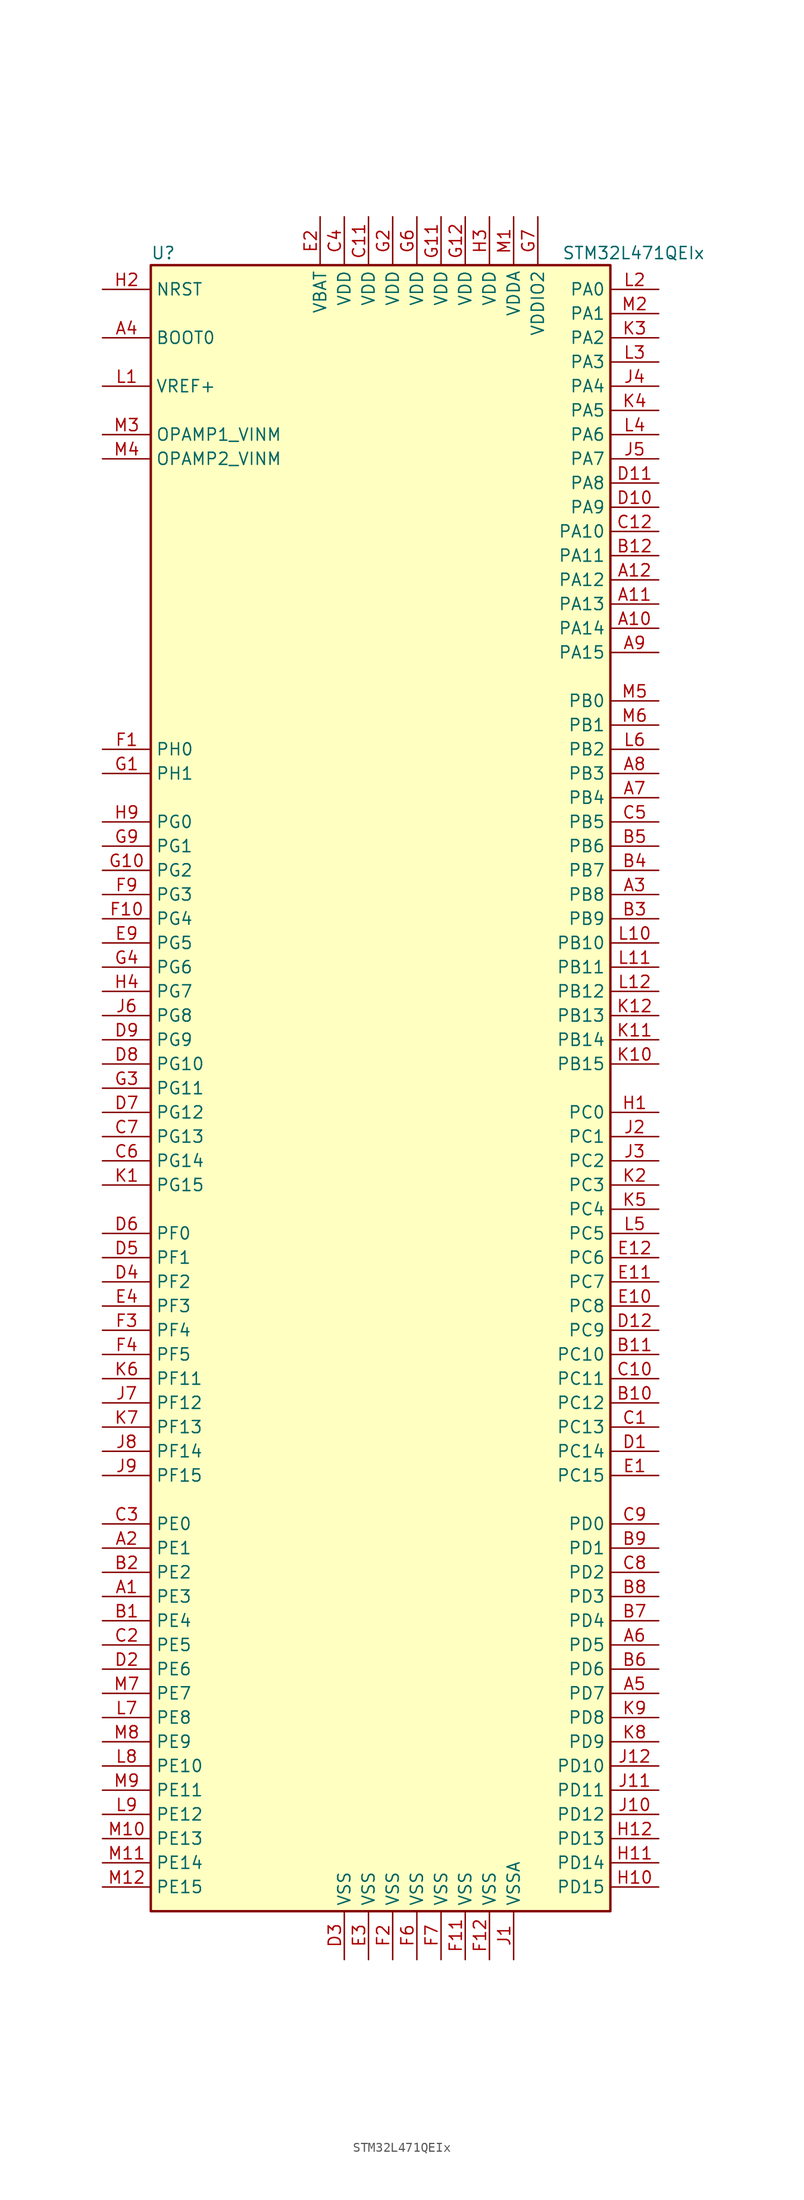
<source format=kicad_sym>
(kicad_symbol_lib
  (version 20211014)
  (generator kicad_symbol_editor)
  (symbol "STM32L471QEIx"
    (property "Reference" "U"
      (at -25.4 87.63 0)
      (effects (font (size 1.27 1.27)) (justify left)))
    (property "Value" "STM32L471QEIx"
      (at 17.78 87.63 0)
      (effects (font (size 1.27 1.27)) (justify left)))
    (symbol "STM32L471QEIx_0_1"
      (rectangle (start -25.4 -86.36) (end 22.86 86.36) (stroke (width 0.254) (type default) (color 0 0 0 0)) (fill (type background))))
    (symbol "STM32L471QEIx_1_1"
      (pin bidirectional line (at -30.48 -53.34 0) (length 5.08) (name "PE3" (effects (font (size 1.27 1.27)))) (number "A1" (effects (font (size 1.27 1.27)))))
      (pin bidirectional line (at 27.94 48.26 180) (length 5.08) (name "PA14" (effects (font (size 1.27 1.27)))) (number "A10" (effects (font (size 1.27 1.27)))))
      (pin bidirectional line (at 27.94 50.8 180) (length 5.08) (name "PA13" (effects (font (size 1.27 1.27)))) (number "A11" (effects (font (size 1.27 1.27)))))
      (pin bidirectional line (at 27.94 53.34 180) (length 5.08) (name "PA12" (effects (font (size 1.27 1.27)))) (number "A12" (effects (font (size 1.27 1.27)))))
      (pin bidirectional line (at -30.48 -48.26 0) (length 5.08) (name "PE1" (effects (font (size 1.27 1.27)))) (number "A2" (effects (font (size 1.27 1.27)))))
      (pin bidirectional line (at 27.94 20.32 180) (length 5.08) (name "PB8" (effects (font (size 1.27 1.27)))) (number "A3" (effects (font (size 1.27 1.27)))))
      (pin input line (at -30.48 78.74 0) (length 5.08) (name "BOOT0" (effects (font (size 1.27 1.27)))) (number "A4" (effects (font (size 1.27 1.27)))))
      (pin bidirectional line (at 27.94 -63.5 180) (length 5.08) (name "PD7" (effects (font (size 1.27 1.27)))) (number "A5" (effects (font (size 1.27 1.27)))))
      (pin bidirectional line (at 27.94 -58.42 180) (length 5.08) (name "PD5" (effects (font (size 1.27 1.27)))) (number "A6" (effects (font (size 1.27 1.27)))))
      (pin bidirectional line (at 27.94 30.48 180) (length 5.08) (name "PB4" (effects (font (size 1.27 1.27)))) (number "A7" (effects (font (size 1.27 1.27)))))
      (pin bidirectional line (at 27.94 33.02 180) (length 5.08) (name "PB3" (effects (font (size 1.27 1.27)))) (number "A8" (effects (font (size 1.27 1.27)))))
      (pin bidirectional line (at 27.94 45.72 180) (length 5.08) (name "PA15" (effects (font (size 1.27 1.27)))) (number "A9" (effects (font (size 1.27 1.27)))))
      (pin bidirectional line (at -30.48 -55.88 0) (length 5.08) (name "PE4" (effects (font (size 1.27 1.27)))) (number "B1" (effects (font (size 1.27 1.27)))))
      (pin bidirectional line (at 27.94 -33.02 180) (length 5.08) (name "PC12" (effects (font (size 1.27 1.27)))) (number "B10" (effects (font (size 1.27 1.27)))))
      (pin bidirectional line (at 27.94 -27.94 180) (length 5.08) (name "PC10" (effects (font (size 1.27 1.27)))) (number "B11" (effects (font (size 1.27 1.27)))))
      (pin bidirectional line (at 27.94 55.88 180) (length 5.08) (name "PA11" (effects (font (size 1.27 1.27)))) (number "B12" (effects (font (size 1.27 1.27)))))
      (pin bidirectional line (at -30.48 -50.8 0) (length 5.08) (name "PE2" (effects (font (size 1.27 1.27)))) (number "B2" (effects (font (size 1.27 1.27)))))
      (pin bidirectional line (at 27.94 17.78 180) (length 5.08) (name "PB9" (effects (font (size 1.27 1.27)))) (number "B3" (effects (font (size 1.27 1.27)))))
      (pin bidirectional line (at 27.94 22.86 180) (length 5.08) (name "PB7" (effects (font (size 1.27 1.27)))) (number "B4" (effects (font (size 1.27 1.27)))))
      (pin bidirectional line (at 27.94 25.4 180) (length 5.08) (name "PB6" (effects (font (size 1.27 1.27)))) (number "B5" (effects (font (size 1.27 1.27)))))
      (pin bidirectional line (at 27.94 -60.96 180) (length 5.08) (name "PD6" (effects (font (size 1.27 1.27)))) (number "B6" (effects (font (size 1.27 1.27)))))
      (pin bidirectional line (at 27.94 -55.88 180) (length 5.08) (name "PD4" (effects (font (size 1.27 1.27)))) (number "B7" (effects (font (size 1.27 1.27)))))
      (pin bidirectional line (at 27.94 -53.34 180) (length 5.08) (name "PD3" (effects (font (size 1.27 1.27)))) (number "B8" (effects (font (size 1.27 1.27)))))
      (pin bidirectional line (at 27.94 -48.26 180) (length 5.08) (name "PD1" (effects (font (size 1.27 1.27)))) (number "B9" (effects (font (size 1.27 1.27)))))
      (pin bidirectional line (at 27.94 -35.56 180) (length 5.08) (name "PC13" (effects (font (size 1.27 1.27)))) (number "C1" (effects (font (size 1.27 1.27)))))
      (pin bidirectional line (at 27.94 -30.48 180) (length 5.08) (name "PC11" (effects (font (size 1.27 1.27)))) (number "C10" (effects (font (size 1.27 1.27)))))
      (pin power_in line (at -2.54 91.44 270) (length 5.08) (name "VDD" (effects (font (size 1.27 1.27)))) (number "C11" (effects (font (size 1.27 1.27)))))
      (pin bidirectional line (at 27.94 58.42 180) (length 5.08) (name "PA10" (effects (font (size 1.27 1.27)))) (number "C12" (effects (font (size 1.27 1.27)))))
      (pin bidirectional line (at -30.48 -58.42 0) (length 5.08) (name "PE5" (effects (font (size 1.27 1.27)))) (number "C2" (effects (font (size 1.27 1.27)))))
      (pin bidirectional line (at -30.48 -45.72 0) (length 5.08) (name "PE0" (effects (font (size 1.27 1.27)))) (number "C3" (effects (font (size 1.27 1.27)))))
      (pin power_in line (at -5.08 91.44 270) (length 5.08) (name "VDD" (effects (font (size 1.27 1.27)))) (number "C4" (effects (font (size 1.27 1.27)))))
      (pin bidirectional line (at 27.94 27.94 180) (length 5.08) (name "PB5" (effects (font (size 1.27 1.27)))) (number "C5" (effects (font (size 1.27 1.27)))))
      (pin bidirectional line (at -30.48 -7.62 0) (length 5.08) (name "PG14" (effects (font (size 1.27 1.27)))) (number "C6" (effects (font (size 1.27 1.27)))))
      (pin bidirectional line (at -30.48 -5.08 0) (length 5.08) (name "PG13" (effects (font (size 1.27 1.27)))) (number "C7" (effects (font (size 1.27 1.27)))))
      (pin bidirectional line (at 27.94 -50.8 180) (length 5.08) (name "PD2" (effects (font (size 1.27 1.27)))) (number "C8" (effects (font (size 1.27 1.27)))))
      (pin bidirectional line (at 27.94 -45.72 180) (length 5.08) (name "PD0" (effects (font (size 1.27 1.27)))) (number "C9" (effects (font (size 1.27 1.27)))))
      (pin bidirectional line (at 27.94 -38.1 180) (length 5.08) (name "PC14" (effects (font (size 1.27 1.27)))) (number "D1" (effects (font (size 1.27 1.27)))))
      (pin bidirectional line (at 27.94 60.96 180) (length 5.08) (name "PA9" (effects (font (size 1.27 1.27)))) (number "D10" (effects (font (size 1.27 1.27)))))
      (pin bidirectional line (at 27.94 63.5 180) (length 5.08) (name "PA8" (effects (font (size 1.27 1.27)))) (number "D11" (effects (font (size 1.27 1.27)))))
      (pin bidirectional line (at 27.94 -25.4 180) (length 5.08) (name "PC9" (effects (font (size 1.27 1.27)))) (number "D12" (effects (font (size 1.27 1.27)))))
      (pin bidirectional line (at -30.48 -60.96 0) (length 5.08) (name "PE6" (effects (font (size 1.27 1.27)))) (number "D2" (effects (font (size 1.27 1.27)))))
      (pin power_in line (at -5.08 -91.44 90) (length 5.08) (name "VSS" (effects (font (size 1.27 1.27)))) (number "D3" (effects (font (size 1.27 1.27)))))
      (pin bidirectional line (at -30.48 -20.32 0) (length 5.08) (name "PF2" (effects (font (size 1.27 1.27)))) (number "D4" (effects (font (size 1.27 1.27)))))
      (pin bidirectional line (at -30.48 -17.78 0) (length 5.08) (name "PF1" (effects (font (size 1.27 1.27)))) (number "D5" (effects (font (size 1.27 1.27)))))
      (pin bidirectional line (at -30.48 -15.24 0) (length 5.08) (name "PF0" (effects (font (size 1.27 1.27)))) (number "D6" (effects (font (size 1.27 1.27)))))
      (pin bidirectional line (at -30.48 -2.54 0) (length 5.08) (name "PG12" (effects (font (size 1.27 1.27)))) (number "D7" (effects (font (size 1.27 1.27)))))
      (pin bidirectional line (at -30.48 2.54 0) (length 5.08) (name "PG10" (effects (font (size 1.27 1.27)))) (number "D8" (effects (font (size 1.27 1.27)))))
      (pin bidirectional line (at -30.48 5.08 0) (length 5.08) (name "PG9" (effects (font (size 1.27 1.27)))) (number "D9" (effects (font (size 1.27 1.27)))))
      (pin bidirectional line (at 27.94 -40.64 180) (length 5.08) (name "PC15" (effects (font (size 1.27 1.27)))) (number "E1" (effects (font (size 1.27 1.27)))))
      (pin bidirectional line (at 27.94 -22.86 180) (length 5.08) (name "PC8" (effects (font (size 1.27 1.27)))) (number "E10" (effects (font (size 1.27 1.27)))))
      (pin bidirectional line (at 27.94 -20.32 180) (length 5.08) (name "PC7" (effects (font (size 1.27 1.27)))) (number "E11" (effects (font (size 1.27 1.27)))))
      (pin bidirectional line (at 27.94 -17.78 180) (length 5.08) (name "PC6" (effects (font (size 1.27 1.27)))) (number "E12" (effects (font (size 1.27 1.27)))))
      (pin power_in line (at -7.62 91.44 270) (length 5.08) (name "VBAT" (effects (font (size 1.27 1.27)))) (number "E2" (effects (font (size 1.27 1.27)))))
      (pin power_in line (at -2.54 -91.44 90) (length 5.08) (name "VSS" (effects (font (size 1.27 1.27)))) (number "E3" (effects (font (size 1.27 1.27)))))
      (pin bidirectional line (at -30.48 -22.86 0) (length 5.08) (name "PF3" (effects (font (size 1.27 1.27)))) (number "E4" (effects (font (size 1.27 1.27)))))
      (pin bidirectional line (at -30.48 15.24 0) (length 5.08) (name "PG5" (effects (font (size 1.27 1.27)))) (number "E9" (effects (font (size 1.27 1.27)))))
      (pin input line (at -30.48 35.56 0) (length 5.08) (name "PH0" (effects (font (size 1.27 1.27)))) (number "F1" (effects (font (size 1.27 1.27)))))
      (pin bidirectional line (at -30.48 17.78 0) (length 5.08) (name "PG4" (effects (font (size 1.27 1.27)))) (number "F10" (effects (font (size 1.27 1.27)))))
      (pin power_in line (at 7.62 -91.44 90) (length 5.08) (name "VSS" (effects (font (size 1.27 1.27)))) (number "F11" (effects (font (size 1.27 1.27)))))
      (pin power_in line (at 10.16 -91.44 90) (length 5.08) (name "VSS" (effects (font (size 1.27 1.27)))) (number "F12" (effects (font (size 1.27 1.27)))))
      (pin power_in line (at 0 -91.44 90) (length 5.08) (name "VSS" (effects (font (size 1.27 1.27)))) (number "F2" (effects (font (size 1.27 1.27)))))
      (pin bidirectional line (at -30.48 -25.4 0) (length 5.08) (name "PF4" (effects (font (size 1.27 1.27)))) (number "F3" (effects (font (size 1.27 1.27)))))
      (pin bidirectional line (at -30.48 -27.94 0) (length 5.08) (name "PF5" (effects (font (size 1.27 1.27)))) (number "F4" (effects (font (size 1.27 1.27)))))
      (pin power_in line (at 2.54 -91.44 90) (length 5.08) (name "VSS" (effects (font (size 1.27 1.27)))) (number "F6" (effects (font (size 1.27 1.27)))))
      (pin power_in line (at 5.08 -91.44 90) (length 5.08) (name "VSS" (effects (font (size 1.27 1.27)))) (number "F7" (effects (font (size 1.27 1.27)))))
      (pin bidirectional line (at -30.48 20.32 0) (length 5.08) (name "PG3" (effects (font (size 1.27 1.27)))) (number "F9" (effects (font (size 1.27 1.27)))))
      (pin input line (at -30.48 33.02 0) (length 5.08) (name "PH1" (effects (font (size 1.27 1.27)))) (number "G1" (effects (font (size 1.27 1.27)))))
      (pin bidirectional line (at -30.48 22.86 0) (length 5.08) (name "PG2" (effects (font (size 1.27 1.27)))) (number "G10" (effects (font (size 1.27 1.27)))))
      (pin power_in line (at 5.08 91.44 270) (length 5.08) (name "VDD" (effects (font (size 1.27 1.27)))) (number "G11" (effects (font (size 1.27 1.27)))))
      (pin power_in line (at 7.62 91.44 270) (length 5.08) (name "VDD" (effects (font (size 1.27 1.27)))) (number "G12" (effects (font (size 1.27 1.27)))))
      (pin power_in line (at 0 91.44 270) (length 5.08) (name "VDD" (effects (font (size 1.27 1.27)))) (number "G2" (effects (font (size 1.27 1.27)))))
      (pin bidirectional line (at -30.48 0 0) (length 5.08) (name "PG11" (effects (font (size 1.27 1.27)))) (number "G3" (effects (font (size 1.27 1.27)))))
      (pin bidirectional line (at -30.48 12.7 0) (length 5.08) (name "PG6" (effects (font (size 1.27 1.27)))) (number "G4" (effects (font (size 1.27 1.27)))))
      (pin power_in line (at 2.54 91.44 270) (length 5.08) (name "VDD" (effects (font (size 1.27 1.27)))) (number "G6" (effects (font (size 1.27 1.27)))))
      (pin power_in line (at 15.24 91.44 270) (length 5.08) (name "VDDIO2" (effects (font (size 1.27 1.27)))) (number "G7" (effects (font (size 1.27 1.27)))))
      (pin bidirectional line (at -30.48 25.4 0) (length 5.08) (name "PG1" (effects (font (size 1.27 1.27)))) (number "G9" (effects (font (size 1.27 1.27)))))
      (pin bidirectional line (at 27.94 -2.54 180) (length 5.08) (name "PC0" (effects (font (size 1.27 1.27)))) (number "H1" (effects (font (size 1.27 1.27)))))
      (pin bidirectional line (at 27.94 -83.82 180) (length 5.08) (name "PD15" (effects (font (size 1.27 1.27)))) (number "H10" (effects (font (size 1.27 1.27)))))
      (pin bidirectional line (at 27.94 -81.28 180) (length 5.08) (name "PD14" (effects (font (size 1.27 1.27)))) (number "H11" (effects (font (size 1.27 1.27)))))
      (pin bidirectional line (at 27.94 -78.74 180) (length 5.08) (name "PD13" (effects (font (size 1.27 1.27)))) (number "H12" (effects (font (size 1.27 1.27)))))
      (pin input line (at -30.48 83.82 0) (length 5.08) (name "NRST" (effects (font (size 1.27 1.27)))) (number "H2" (effects (font (size 1.27 1.27)))))
      (pin power_in line (at 10.16 91.44 270) (length 5.08) (name "VDD" (effects (font (size 1.27 1.27)))) (number "H3" (effects (font (size 1.27 1.27)))))
      (pin bidirectional line (at -30.48 10.16 0) (length 5.08) (name "PG7" (effects (font (size 1.27 1.27)))) (number "H4" (effects (font (size 1.27 1.27)))))
      (pin bidirectional line (at -30.48 27.94 0) (length 5.08) (name "PG0" (effects (font (size 1.27 1.27)))) (number "H9" (effects (font (size 1.27 1.27)))))
      (pin power_in line (at 12.7 -91.44 90) (length 5.08) (name "VSSA" (effects (font (size 1.27 1.27)))) (number "J1" (effects (font (size 1.27 1.27)))))
      (pin bidirectional line (at 27.94 -76.2 180) (length 5.08) (name "PD12" (effects (font (size 1.27 1.27)))) (number "J10" (effects (font (size 1.27 1.27)))))
      (pin bidirectional line (at 27.94 -73.66 180) (length 5.08) (name "PD11" (effects (font (size 1.27 1.27)))) (number "J11" (effects (font (size 1.27 1.27)))))
      (pin bidirectional line (at 27.94 -71.12 180) (length 5.08) (name "PD10" (effects (font (size 1.27 1.27)))) (number "J12" (effects (font (size 1.27 1.27)))))
      (pin bidirectional line (at 27.94 -5.08 180) (length 5.08) (name "PC1" (effects (font (size 1.27 1.27)))) (number "J2" (effects (font (size 1.27 1.27)))))
      (pin bidirectional line (at 27.94 -7.62 180) (length 5.08) (name "PC2" (effects (font (size 1.27 1.27)))) (number "J3" (effects (font (size 1.27 1.27)))))
      (pin bidirectional line (at 27.94 73.66 180) (length 5.08) (name "PA4" (effects (font (size 1.27 1.27)))) (number "J4" (effects (font (size 1.27 1.27)))))
      (pin bidirectional line (at 27.94 66.04 180) (length 5.08) (name "PA7" (effects (font (size 1.27 1.27)))) (number "J5" (effects (font (size 1.27 1.27)))))
      (pin bidirectional line (at -30.48 7.62 0) (length 5.08) (name "PG8" (effects (font (size 1.27 1.27)))) (number "J6" (effects (font (size 1.27 1.27)))))
      (pin bidirectional line (at -30.48 -33.02 0) (length 5.08) (name "PF12" (effects (font (size 1.27 1.27)))) (number "J7" (effects (font (size 1.27 1.27)))))
      (pin bidirectional line (at -30.48 -38.1 0) (length 5.08) (name "PF14" (effects (font (size 1.27 1.27)))) (number "J8" (effects (font (size 1.27 1.27)))))
      (pin bidirectional line (at -30.48 -40.64 0) (length 5.08) (name "PF15" (effects (font (size 1.27 1.27)))) (number "J9" (effects (font (size 1.27 1.27)))))
      (pin bidirectional line (at -30.48 -10.16 0) (length 5.08) (name "PG15" (effects (font (size 1.27 1.27)))) (number "K1" (effects (font (size 1.27 1.27)))))
      (pin bidirectional line (at 27.94 2.54 180) (length 5.08) (name "PB15" (effects (font (size 1.27 1.27)))) (number "K10" (effects (font (size 1.27 1.27)))))
      (pin bidirectional line (at 27.94 5.08 180) (length 5.08) (name "PB14" (effects (font (size 1.27 1.27)))) (number "K11" (effects (font (size 1.27 1.27)))))
      (pin bidirectional line (at 27.94 7.62 180) (length 5.08) (name "PB13" (effects (font (size 1.27 1.27)))) (number "K12" (effects (font (size 1.27 1.27)))))
      (pin bidirectional line (at 27.94 -10.16 180) (length 5.08) (name "PC3" (effects (font (size 1.27 1.27)))) (number "K2" (effects (font (size 1.27 1.27)))))
      (pin bidirectional line (at 27.94 78.74 180) (length 5.08) (name "PA2" (effects (font (size 1.27 1.27)))) (number "K3" (effects (font (size 1.27 1.27)))))
      (pin bidirectional line (at 27.94 71.12 180) (length 5.08) (name "PA5" (effects (font (size 1.27 1.27)))) (number "K4" (effects (font (size 1.27 1.27)))))
      (pin bidirectional line (at 27.94 -12.7 180) (length 5.08) (name "PC4" (effects (font (size 1.27 1.27)))) (number "K5" (effects (font (size 1.27 1.27)))))
      (pin bidirectional line (at -30.48 -30.48 0) (length 5.08) (name "PF11" (effects (font (size 1.27 1.27)))) (number "K6" (effects (font (size 1.27 1.27)))))
      (pin bidirectional line (at -30.48 -35.56 0) (length 5.08) (name "PF13" (effects (font (size 1.27 1.27)))) (number "K7" (effects (font (size 1.27 1.27)))))
      (pin bidirectional line (at 27.94 -68.58 180) (length 5.08) (name "PD9" (effects (font (size 1.27 1.27)))) (number "K8" (effects (font (size 1.27 1.27)))))
      (pin bidirectional line (at 27.94 -66.04 180) (length 5.08) (name "PD8" (effects (font (size 1.27 1.27)))) (number "K9" (effects (font (size 1.27 1.27)))))
      (pin bidirectional line (at -30.48 73.66 0) (length 5.08) (name "VREF+" (effects (font (size 1.27 1.27)))) (number "L1" (effects (font (size 1.27 1.27)))))
      (pin bidirectional line (at 27.94 15.24 180) (length 5.08) (name "PB10" (effects (font (size 1.27 1.27)))) (number "L10" (effects (font (size 1.27 1.27)))))
      (pin bidirectional line (at 27.94 12.7 180) (length 5.08) (name "PB11" (effects (font (size 1.27 1.27)))) (number "L11" (effects (font (size 1.27 1.27)))))
      (pin bidirectional line (at 27.94 10.16 180) (length 5.08) (name "PB12" (effects (font (size 1.27 1.27)))) (number "L12" (effects (font (size 1.27 1.27)))))
      (pin bidirectional line (at 27.94 83.82 180) (length 5.08) (name "PA0" (effects (font (size 1.27 1.27)))) (number "L2" (effects (font (size 1.27 1.27)))))
      (pin bidirectional line (at 27.94 76.2 180) (length 5.08) (name "PA3" (effects (font (size 1.27 1.27)))) (number "L3" (effects (font (size 1.27 1.27)))))
      (pin bidirectional line (at 27.94 68.58 180) (length 5.08) (name "PA6" (effects (font (size 1.27 1.27)))) (number "L4" (effects (font (size 1.27 1.27)))))
      (pin bidirectional line (at 27.94 -15.24 180) (length 5.08) (name "PC5" (effects (font (size 1.27 1.27)))) (number "L5" (effects (font (size 1.27 1.27)))))
      (pin bidirectional line (at 27.94 35.56 180) (length 5.08) (name "PB2" (effects (font (size 1.27 1.27)))) (number "L6" (effects (font (size 1.27 1.27)))))
      (pin bidirectional line (at -30.48 -66.04 0) (length 5.08) (name "PE8" (effects (font (size 1.27 1.27)))) (number "L7" (effects (font (size 1.27 1.27)))))
      (pin bidirectional line (at -30.48 -71.12 0) (length 5.08) (name "PE10" (effects (font (size 1.27 1.27)))) (number "L8" (effects (font (size 1.27 1.27)))))
      (pin bidirectional line (at -30.48 -76.2 0) (length 5.08) (name "PE12" (effects (font (size 1.27 1.27)))) (number "L9" (effects (font (size 1.27 1.27)))))
      (pin power_in line (at 12.7 91.44 270) (length 5.08) (name "VDDA" (effects (font (size 1.27 1.27)))) (number "M1" (effects (font (size 1.27 1.27)))))
      (pin bidirectional line (at -30.48 -78.74 0) (length 5.08) (name "PE13" (effects (font (size 1.27 1.27)))) (number "M10" (effects (font (size 1.27 1.27)))))
      (pin bidirectional line (at -30.48 -81.28 0) (length 5.08) (name "PE14" (effects (font (size 1.27 1.27)))) (number "M11" (effects (font (size 1.27 1.27)))))
      (pin bidirectional line (at -30.48 -83.82 0) (length 5.08) (name "PE15" (effects (font (size 1.27 1.27)))) (number "M12" (effects (font (size 1.27 1.27)))))
      (pin bidirectional line (at 27.94 81.28 180) (length 5.08) (name "PA1" (effects (font (size 1.27 1.27)))) (number "M2" (effects (font (size 1.27 1.27)))))
      (pin bidirectional line (at -30.48 68.58 0) (length 5.08) (name "OPAMP1_VINM" (effects (font (size 1.27 1.27)))) (number "M3" (effects (font (size 1.27 1.27)))))
      (pin bidirectional line (at -30.48 66.04 0) (length 5.08) (name "OPAMP2_VINM" (effects (font (size 1.27 1.27)))) (number "M4" (effects (font (size 1.27 1.27)))))
      (pin bidirectional line (at 27.94 40.64 180) (length 5.08) (name "PB0" (effects (font (size 1.27 1.27)))) (number "M5" (effects (font (size 1.27 1.27)))))
      (pin bidirectional line (at 27.94 38.1 180) (length 5.08) (name "PB1" (effects (font (size 1.27 1.27)))) (number "M6" (effects (font (size 1.27 1.27)))))
      (pin bidirectional line (at -30.48 -63.5 0) (length 5.08) (name "PE7" (effects (font (size 1.27 1.27)))) (number "M7" (effects (font (size 1.27 1.27)))))
      (pin bidirectional line (at -30.48 -68.58 0) (length 5.08) (name "PE9" (effects (font (size 1.27 1.27)))) (number "M8" (effects (font (size 1.27 1.27)))))
      (pin bidirectional line (at -30.48 -73.66 0) (length 5.08) (name "PE11" (effects (font (size 1.27 1.27)))) (number "M9" (effects (font (size 1.27 1.27))))))))
</source>
